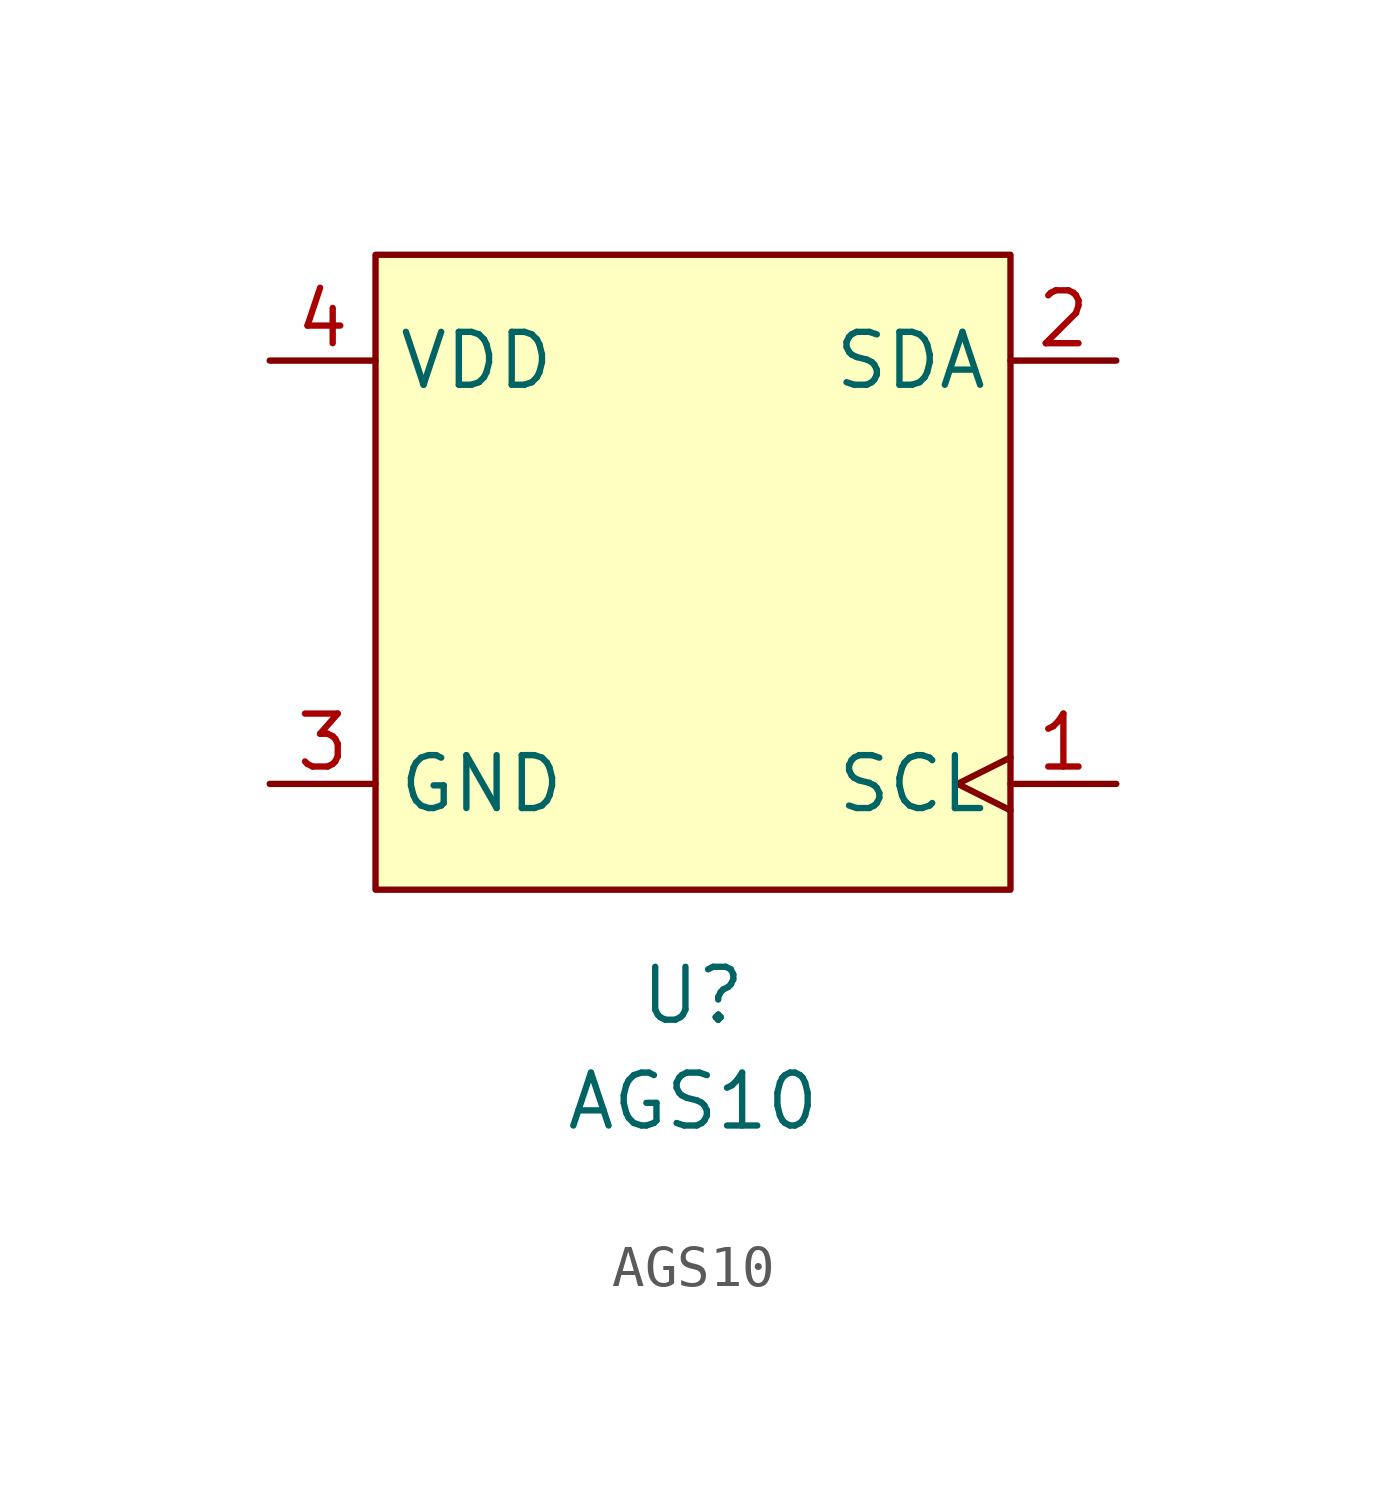
<source format=kicad_sym>
(kicad_symbol_lib
  (version 20211014)
  (generator kicad_symbol_editor)
  (symbol "AGS10"
    (property "Reference" "U"
      (at 0 -10.16 0)
      (effects (font (size 1.27 1.27))))
    (property "Value" "AGS10"
      (at 0 -12.7 0)
      (effects (font (size 1.27 1.27))))
    (symbol "AGS10_0_1"
      (rectangle (start -7.62 7.62) (end 7.62 -7.62) (stroke (width 0) (type default) (color 0 0 0 0)) (fill (type background))))
    (symbol "AGS10_1_1"
      (pin input clock (at 10.16 -5.08 180) (length 2.54) (name "SCL" (effects (font (size 1.27 1.27)))) (number "1" (effects (font (size 1.27 1.27)))))
      (pin bidirectional line (at 10.16 5.08 180) (length 2.54) (name "SDA" (effects (font (size 1.27 1.27)))) (number "2" (effects (font (size 1.27 1.27)))))
      (pin passive line (at -10.16 -5.08 0) (length 2.54) (name "GND" (effects (font (size 1.27 1.27)))) (number "3" (effects (font (size 1.27 1.27)))))
      (pin power_in line (at -10.16 5.08 0) (length 2.54) (name "VDD" (effects (font (size 1.27 1.27)))) (number "4" (effects (font (size 1.27 1.27))))))))
</source>
